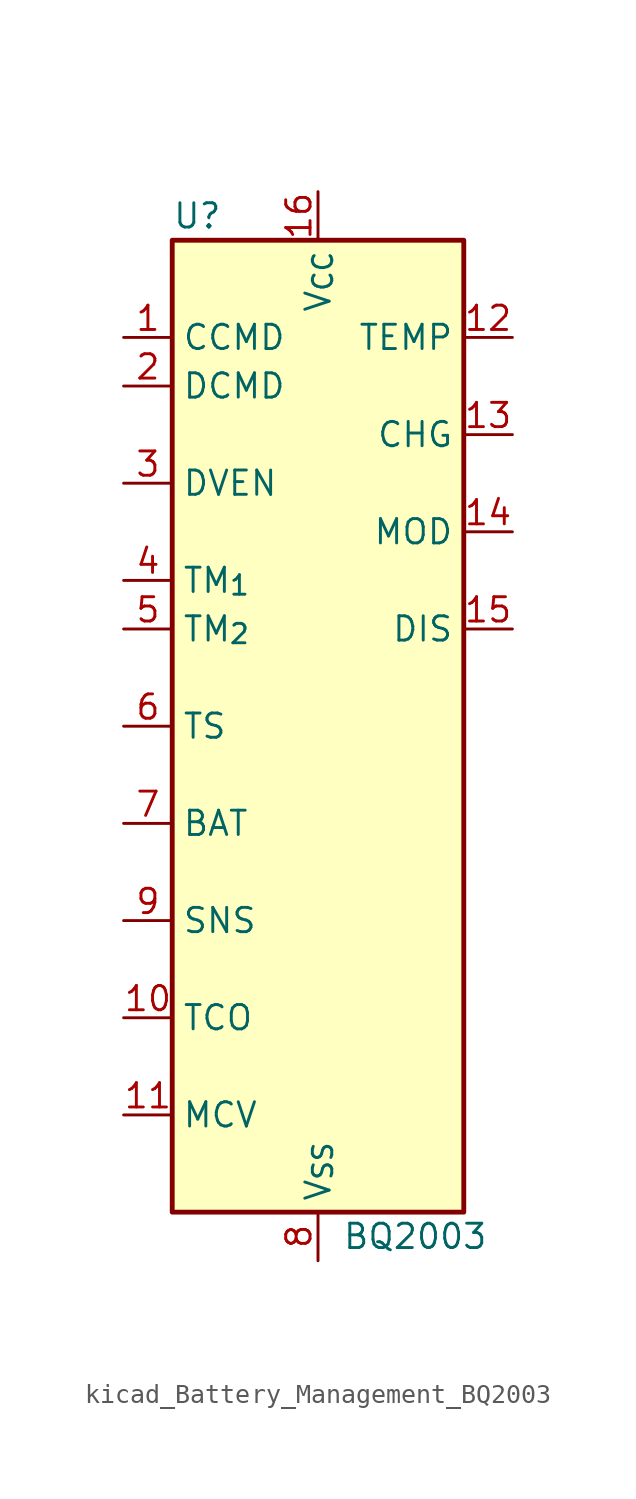
<source format=kicad_sym>
(kicad_symbol_lib
  (version 20220914)
  (generator kicad_symbol_editor)
  (symbol "kicad_Battery_Management_BQ2003"
    (property "Reference" "U"
      (at -7.62 26.67 0)
      (effects (font (size 1.27 1.27)) (justify left)))
    (property "Value" "BQ2003"
      (at 5.08 -26.67 0)
      (effects (font (size 1.27 1.27))))
    (symbol "kicad_Battery_Management_BQ2003_0_1"
      (rectangle (start -7.62 -25.4) (end 7.62 25.4) (stroke (width 0.254) (type default)) (fill (type background))))
    (symbol "kicad_Battery_Management_BQ2003_1_1"
      (pin input line (at -10.16 20.32 0) (length 2.54) (name "CCMD" (effects (font (size 1.27 1.27)))) (number "1" (effects (font (size 1.27 1.27)))))
      (pin input line (at -10.16 -15.24 0) (length 2.54) (name "TCO" (effects (font (size 1.27 1.27)))) (number "10" (effects (font (size 1.27 1.27)))))
      (pin input line (at -10.16 -20.32 0) (length 2.54) (name "MCV" (effects (font (size 1.27 1.27)))) (number "11" (effects (font (size 1.27 1.27)))))
      (pin output line (at 10.16 20.32 180) (length 2.54) (name "TEMP" (effects (font (size 1.27 1.27)))) (number "12" (effects (font (size 1.27 1.27)))))
      (pin output line (at 10.16 15.24 180) (length 2.54) (name "CHG" (effects (font (size 1.27 1.27)))) (number "13" (effects (font (size 1.27 1.27)))))
      (pin output line (at 10.16 10.16 180) (length 2.54) (name "MOD" (effects (font (size 1.27 1.27)))) (number "14" (effects (font (size 1.27 1.27)))))
      (pin output line (at 10.16 5.08 180) (length 2.54) (name "DIS" (effects (font (size 1.27 1.27)))) (number "15" (effects (font (size 1.27 1.27)))))
      (pin power_in line (at 0 27.94 270) (length 2.54) (name "V_{CC}" (effects (font (size 1.27 1.27)))) (number "16" (effects (font (size 1.27 1.27)))))
      (pin input line (at -10.16 17.78 0) (length 2.54) (name "DCMD" (effects (font (size 1.27 1.27)))) (number "2" (effects (font (size 1.27 1.27)))))
      (pin input line (at -10.16 12.7 0) (length 2.54) (name "DVEN" (effects (font (size 1.27 1.27)))) (number "3" (effects (font (size 1.27 1.27)))))
      (pin input line (at -10.16 7.62 0) (length 2.54) (name "TM_{1}" (effects (font (size 1.27 1.27)))) (number "4" (effects (font (size 1.27 1.27)))))
      (pin input line (at -10.16 5.08 0) (length 2.54) (name "TM_{2}" (effects (font (size 1.27 1.27)))) (number "5" (effects (font (size 1.27 1.27)))))
      (pin input line (at -10.16 0 0) (length 2.54) (name "TS" (effects (font (size 1.27 1.27)))) (number "6" (effects (font (size 1.27 1.27)))))
      (pin input line (at -10.16 -5.08 0) (length 2.54) (name "BAT" (effects (font (size 1.27 1.27)))) (number "7" (effects (font (size 1.27 1.27)))))
      (pin power_in line (at 0 -27.94 90) (length 2.54) (name "V_{SS}" (effects (font (size 1.27 1.27)))) (number "8" (effects (font (size 1.27 1.27)))))
      (pin input line (at -10.16 -10.16 0) (length 2.54) (name "SNS" (effects (font (size 1.27 1.27)))) (number "9" (effects (font (size 1.27 1.27))))))))
</source>
